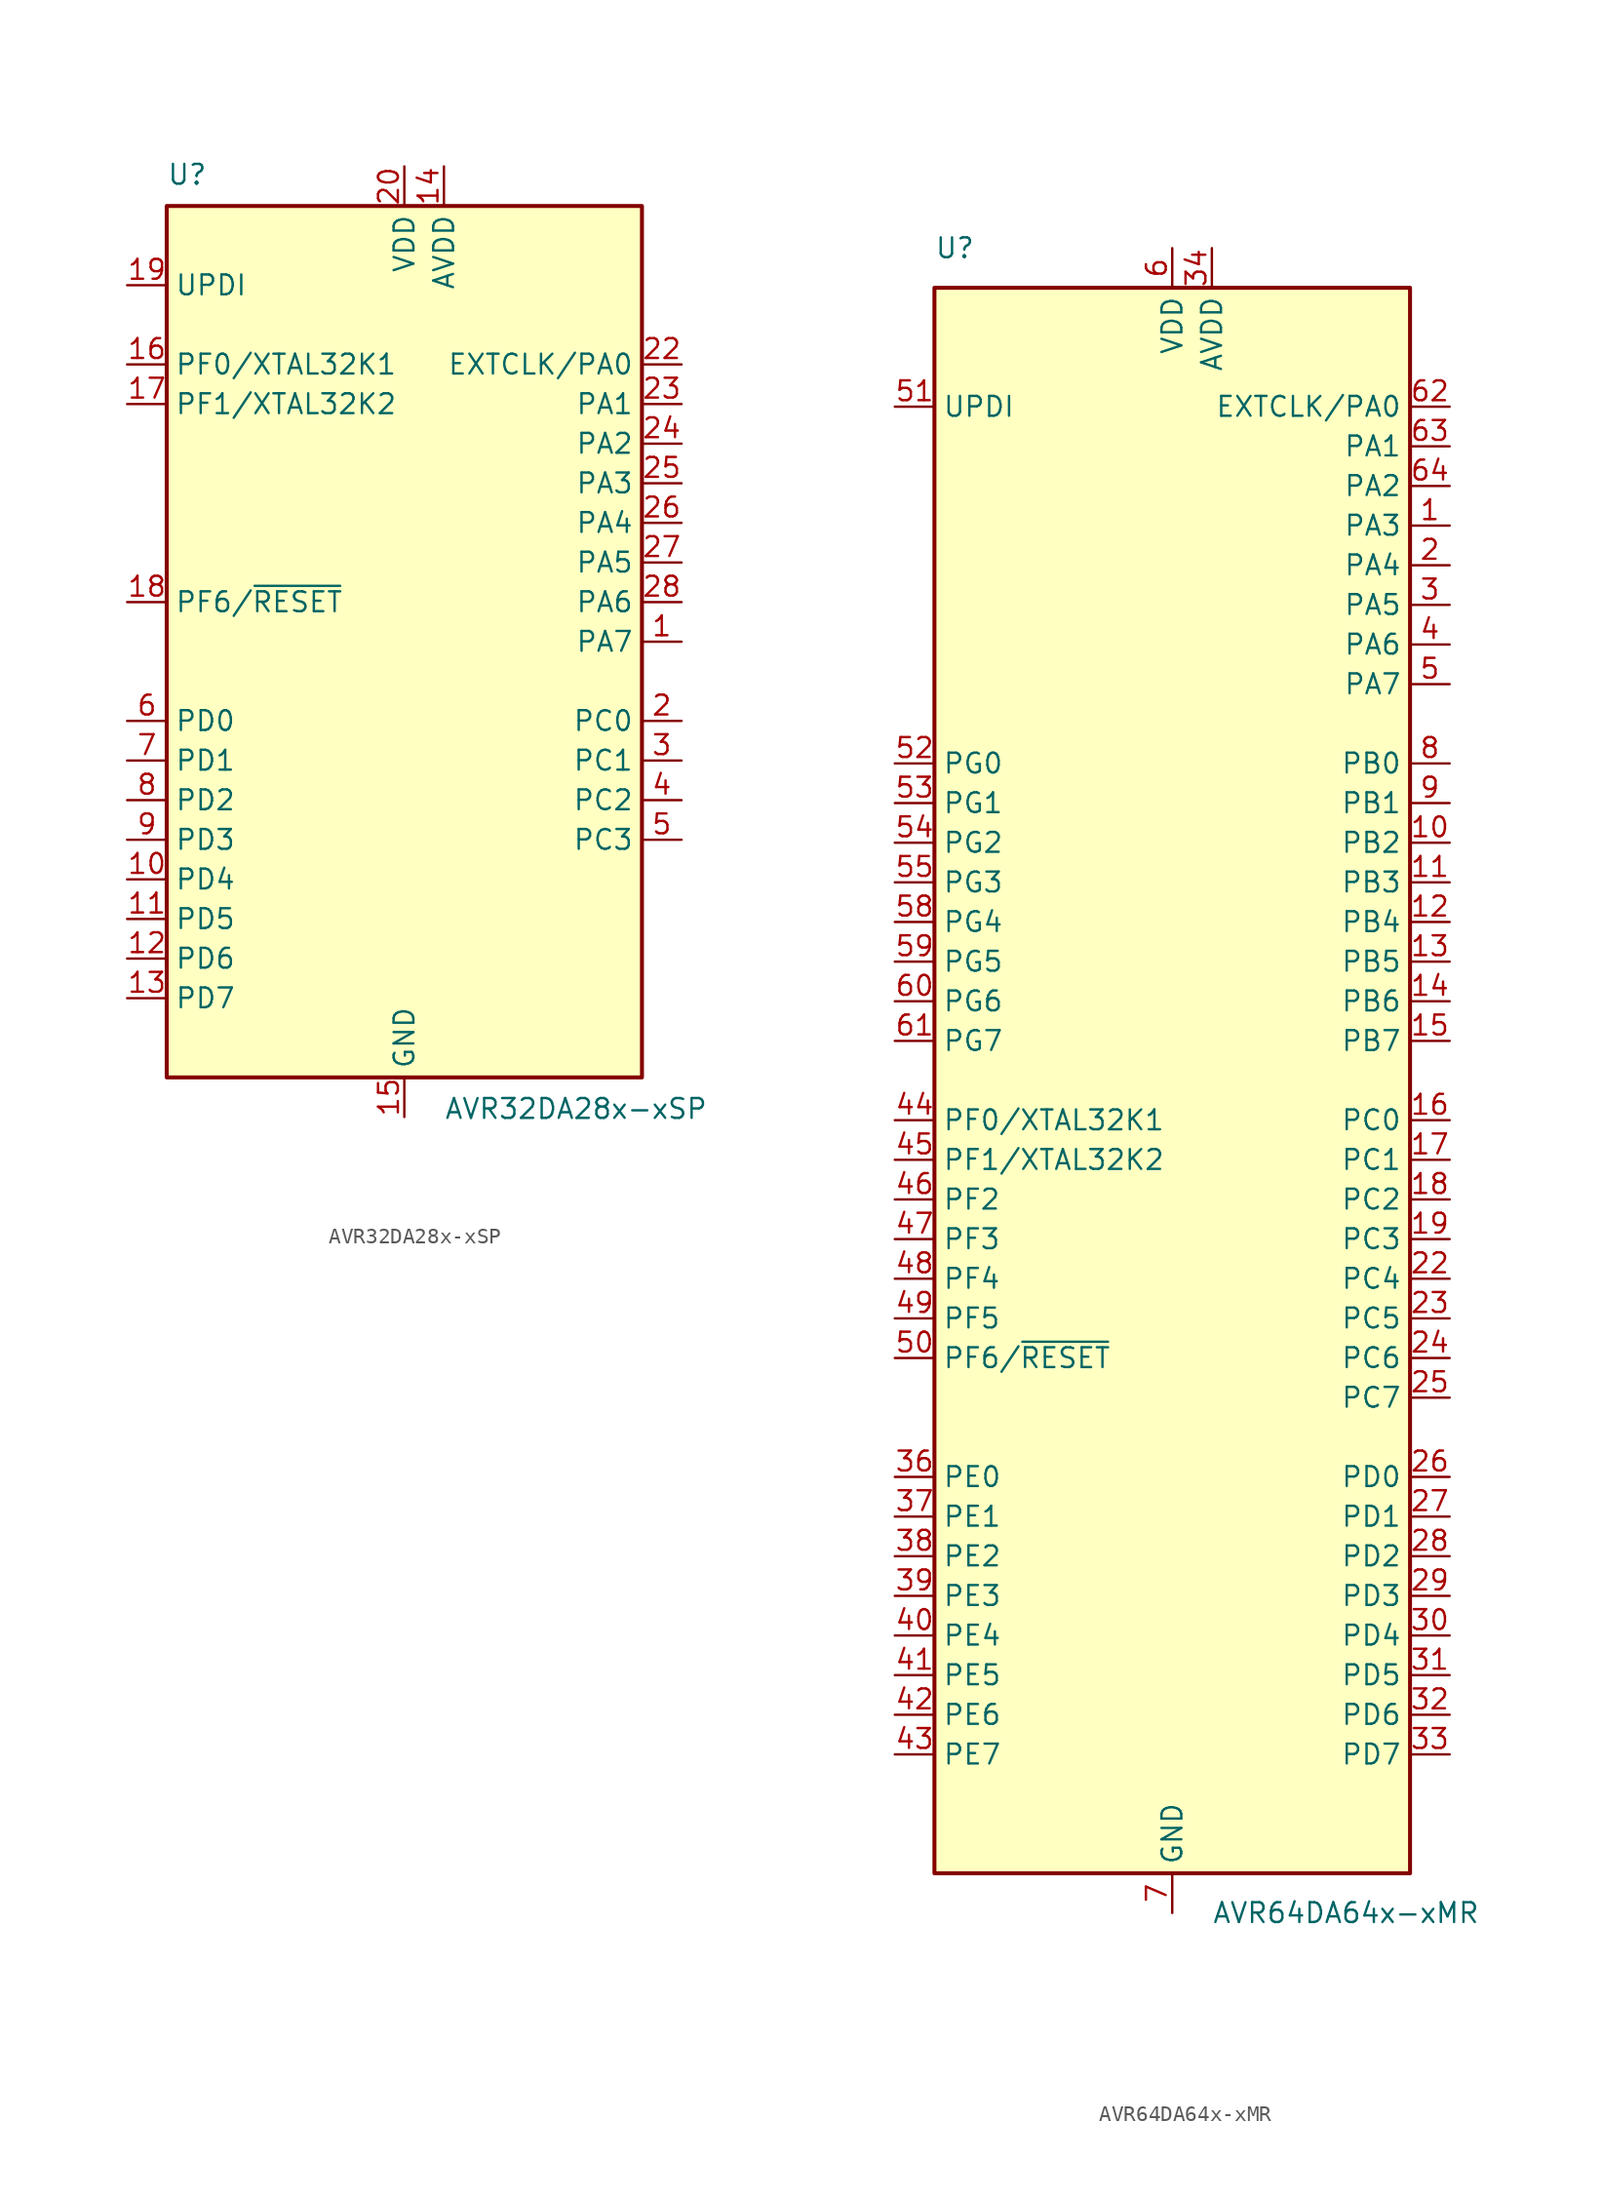
<source format=kicad_sym>
(kicad_symbol_lib
  (version 20201005)
  (generator kicad_symbol_editor)
  (symbol "MCU_Microchip_AVRDA:AVR32DA28x-xSP"
    (property "Reference" "U"
      (at -15.24 29.21 0)
      (effects (font (size 1.27 1.27)) (justify left bottom)))
    (property "Value" "AVR32DA28x-xSP"
      (at 2.54 -29.21 0)
      (effects (font (size 1.27 1.27)) (justify left top)))
    (symbol "AVR32DA28x-xSP_0_1"
      (rectangle (start -15.24 27.94) (end 15.24 -27.94) (stroke (width 0.254)) (fill (type background))))
    (symbol "AVR32DA28x-xSP_1_1"
      (pin bidirectional line (at 17.78 17.78 180) (length 2.54) (name "EXTCLK/PA0" (effects (font (size 1.27 1.27)))) (number "22" (effects (font (size 1.27 1.27)))))
      (pin bidirectional line (at 17.78 15.24 180) (length 2.54) (name "PA1" (effects (font (size 1.27 1.27)))) (number "23" (effects (font (size 1.27 1.27)))))
      (pin bidirectional line (at 17.78 12.7 180) (length 2.54) (name "PA2" (effects (font (size 1.27 1.27)))) (number "24" (effects (font (size 1.27 1.27)))))
      (pin bidirectional line (at 17.78 10.16 180) (length 2.54) (name "PA3" (effects (font (size 1.27 1.27)))) (number "25" (effects (font (size 1.27 1.27)))))
      (pin bidirectional line (at 17.78 7.62 180) (length 2.54) (name "PA4" (effects (font (size 1.27 1.27)))) (number "26" (effects (font (size 1.27 1.27)))))
      (pin bidirectional line (at 17.78 5.08 180) (length 2.54) (name "PA5" (effects (font (size 1.27 1.27)))) (number "27" (effects (font (size 1.27 1.27)))))
      (pin bidirectional line (at 17.78 2.54 180) (length 2.54) (name "PA6" (effects (font (size 1.27 1.27)))) (number "28" (effects (font (size 1.27 1.27)))))
      (pin bidirectional line (at 17.78 0 180) (length 2.54) (name "PA7" (effects (font (size 1.27 1.27)))) (number "1" (effects (font (size 1.27 1.27)))))
      (pin bidirectional line (at 17.78 -5.08 180) (length 2.54) (name "PC0" (effects (font (size 1.27 1.27)))) (number "2" (effects (font (size 1.27 1.27)))))
      (pin bidirectional line (at 17.78 -7.62 180) (length 2.54) (name "PC1" (effects (font (size 1.27 1.27)))) (number "3" (effects (font (size 1.27 1.27)))))
      (pin bidirectional line (at 17.78 -10.16 180) (length 2.54) (name "PC2" (effects (font (size 1.27 1.27)))) (number "4" (effects (font (size 1.27 1.27)))))
      (pin bidirectional line (at 17.78 -12.7 180) (length 2.54) (name "PC3" (effects (font (size 1.27 1.27)))) (number "5" (effects (font (size 1.27 1.27)))))
      (pin bidirectional line (at -17.78 -5.08 0) (length 2.54) (name "PD0" (effects (font (size 1.27 1.27)))) (number "6" (effects (font (size 1.27 1.27)))))
      (pin bidirectional line (at -17.78 -7.62 0) (length 2.54) (name "PD1" (effects (font (size 1.27 1.27)))) (number "7" (effects (font (size 1.27 1.27)))))
      (pin bidirectional line (at -17.78 -10.16 0) (length 2.54) (name "PD2" (effects (font (size 1.27 1.27)))) (number "8" (effects (font (size 1.27 1.27)))))
      (pin bidirectional line (at -17.78 -12.7 0) (length 2.54) (name "PD3" (effects (font (size 1.27 1.27)))) (number "9" (effects (font (size 1.27 1.27)))))
      (pin bidirectional line (at -17.78 -15.24 0) (length 2.54) (name "PD4" (effects (font (size 1.27 1.27)))) (number "10" (effects (font (size 1.27 1.27)))))
      (pin bidirectional line (at -17.78 -17.78 0) (length 2.54) (name "PD5" (effects (font (size 1.27 1.27)))) (number "11" (effects (font (size 1.27 1.27)))))
      (pin bidirectional line (at -17.78 -20.32 0) (length 2.54) (name "PD6" (effects (font (size 1.27 1.27)))) (number "12" (effects (font (size 1.27 1.27)))))
      (pin bidirectional line (at -17.78 -22.86 0) (length 2.54) (name "PD7" (effects (font (size 1.27 1.27)))) (number "13" (effects (font (size 1.27 1.27)))))
      (pin bidirectional line (at -17.78 17.78 0) (length 2.54) (name "PF0/XTAL32K1" (effects (font (size 1.27 1.27)))) (number "16" (effects (font (size 1.27 1.27)))))
      (pin bidirectional line (at -17.78 15.24 0) (length 2.54) (name "PF1/XTAL32K2" (effects (font (size 1.27 1.27)))) (number "17" (effects (font (size 1.27 1.27)))))
      (pin bidirectional line (at -17.78 2.54 0) (length 2.54) (name "PF6/~RESET" (effects (font (size 1.27 1.27)))) (number "18" (effects (font (size 1.27 1.27)))))
      (pin bidirectional line (at -17.78 22.86 0) (length 2.54) (name "UPDI" (effects (font (size 1.27 1.27)))) (number "19" (effects (font (size 1.27 1.27)))))
      (pin power_in line (at 0 30.48 270) (length 2.54) (name "VDD" (effects (font (size 1.27 1.27)))) (number "20" (effects (font (size 1.27 1.27)))))
      (pin power_in line (at 2.54 30.48 270) (length 2.54) (name "AVDD" (effects (font (size 1.27 1.27)))) (number "14" (effects (font (size 1.27 1.27)))))
      (pin power_in line (at 0 -30.48 90) (length 2.54) (name "GND" (effects (font (size 1.27 1.27)))) (number "15" (effects (font (size 1.27 1.27)))))
      (pin passive line (at 0 -30.48 90) (length 2.54) hide (name "GND" (effects (font (size 1.27 1.27)))) (number "21" (effects (font (size 1.27 1.27)))))))
  (symbol "MCU_Microchip_AVRDA:AVR64DA64x-xMR"
    (property "Reference" "U"
      (at -15.24 53.34 0)
      (effects (font (size 1.27 1.27)) (justify left)))
    (property "Value" "AVR64DA64x-xMR"
      (at 2.54 -53.34 0)
      (effects (font (size 1.27 1.27)) (justify left)))
    (symbol "AVR64DA64x-xMR_0_1"
      (rectangle (start -15.24 50.8) (end 15.24 -50.8) (stroke (width 0.254)) (fill (type background))))
    (symbol "AVR64DA64x-xMR_1_1"
      (pin bidirectional line (at 17.78 43.18 180) (length 2.54) (name "EXTCLK/PA0" (effects (font (size 1.27 1.27)))) (number "62" (effects (font (size 1.27 1.27)))))
      (pin bidirectional line (at 17.78 40.64 180) (length 2.54) (name "PA1" (effects (font (size 1.27 1.27)))) (number "63" (effects (font (size 1.27 1.27)))))
      (pin bidirectional line (at 17.78 38.1 180) (length 2.54) (name "PA2" (effects (font (size 1.27 1.27)))) (number "64" (effects (font (size 1.27 1.27)))))
      (pin bidirectional line (at 17.78 35.56 180) (length 2.54) (name "PA3" (effects (font (size 1.27 1.27)))) (number "1" (effects (font (size 1.27 1.27)))))
      (pin bidirectional line (at 17.78 33.02 180) (length 2.54) (name "PA4" (effects (font (size 1.27 1.27)))) (number "2" (effects (font (size 1.27 1.27)))))
      (pin bidirectional line (at 17.78 30.48 180) (length 2.54) (name "PA5" (effects (font (size 1.27 1.27)))) (number "3" (effects (font (size 1.27 1.27)))))
      (pin bidirectional line (at 17.78 27.94 180) (length 2.54) (name "PA6" (effects (font (size 1.27 1.27)))) (number "4" (effects (font (size 1.27 1.27)))))
      (pin bidirectional line (at 17.78 25.4 180) (length 2.54) (name "PA7" (effects (font (size 1.27 1.27)))) (number "5" (effects (font (size 1.27 1.27)))))
      (pin bidirectional line (at 17.78 -2.54 180) (length 2.54) (name "PC0" (effects (font (size 1.27 1.27)))) (number "16" (effects (font (size 1.27 1.27)))))
      (pin bidirectional line (at 17.78 -5.08 180) (length 2.54) (name "PC1" (effects (font (size 1.27 1.27)))) (number "17" (effects (font (size 1.27 1.27)))))
      (pin bidirectional line (at 17.78 -7.62 180) (length 2.54) (name "PC2" (effects (font (size 1.27 1.27)))) (number "18" (effects (font (size 1.27 1.27)))))
      (pin bidirectional line (at 17.78 -10.16 180) (length 2.54) (name "PC3" (effects (font (size 1.27 1.27)))) (number "19" (effects (font (size 1.27 1.27)))))
      (pin bidirectional line (at 17.78 -25.4 180) (length 2.54) (name "PD0" (effects (font (size 1.27 1.27)))) (number "26" (effects (font (size 1.27 1.27)))))
      (pin bidirectional line (at 17.78 -27.94 180) (length 2.54) (name "PD1" (effects (font (size 1.27 1.27)))) (number "27" (effects (font (size 1.27 1.27)))))
      (pin bidirectional line (at 17.78 -30.48 180) (length 2.54) (name "PD2" (effects (font (size 1.27 1.27)))) (number "28" (effects (font (size 1.27 1.27)))))
      (pin bidirectional line (at 17.78 -33.02 180) (length 2.54) (name "PD3" (effects (font (size 1.27 1.27)))) (number "29" (effects (font (size 1.27 1.27)))))
      (pin bidirectional line (at 17.78 -35.56 180) (length 2.54) (name "PD4" (effects (font (size 1.27 1.27)))) (number "30" (effects (font (size 1.27 1.27)))))
      (pin bidirectional line (at 17.78 -38.1 180) (length 2.54) (name "PD5" (effects (font (size 1.27 1.27)))) (number "31" (effects (font (size 1.27 1.27)))))
      (pin bidirectional line (at 17.78 -40.64 180) (length 2.54) (name "PD6" (effects (font (size 1.27 1.27)))) (number "32" (effects (font (size 1.27 1.27)))))
      (pin bidirectional line (at 17.78 -43.18 180) (length 2.54) (name "PD7" (effects (font (size 1.27 1.27)))) (number "33" (effects (font (size 1.27 1.27)))))
      (pin bidirectional line (at -17.78 -2.54 0) (length 2.54) (name "PF0/XTAL32K1" (effects (font (size 1.27 1.27)))) (number "44" (effects (font (size 1.27 1.27)))))
      (pin bidirectional line (at -17.78 -5.08 0) (length 2.54) (name "PF1/XTAL32K2" (effects (font (size 1.27 1.27)))) (number "45" (effects (font (size 1.27 1.27)))))
      (pin bidirectional line (at -17.78 -17.78 0) (length 2.54) (name "PF6/~RESET" (effects (font (size 1.27 1.27)))) (number "50" (effects (font (size 1.27 1.27)))))
      (pin bidirectional line (at -17.78 43.18 0) (length 2.54) (name "UPDI" (effects (font (size 1.27 1.27)))) (number "51" (effects (font (size 1.27 1.27)))))
      (pin power_in line (at 0 53.34 270) (length 2.54) (name "VDD" (effects (font (size 1.27 1.27)))) (number "6" (effects (font (size 1.27 1.27)))))
      (pin power_in line (at 2.54 53.34 270) (length 2.54) (name "AVDD" (effects (font (size 1.27 1.27)))) (number "34" (effects (font (size 1.27 1.27)))))
      (pin power_in line (at 0 -53.34 90) (length 2.54) (name "GND" (effects (font (size 1.27 1.27)))) (number "7" (effects (font (size 1.27 1.27)))))
      (pin passive line (at 0 -53.34 90) (length 2.54) hide (name "GND" (effects (font (size 1.27 1.27)))) (number "21" (effects (font (size 1.27 1.27)))))
      (pin bidirectional line (at -17.78 -7.62 0) (length 2.54) (name "PF2" (effects (font (size 1.27 1.27)))) (number "46" (effects (font (size 1.27 1.27)))))
      (pin bidirectional line (at -17.78 -10.16 0) (length 2.54) (name "PF3" (effects (font (size 1.27 1.27)))) (number "47" (effects (font (size 1.27 1.27)))))
      (pin bidirectional line (at -17.78 -12.7 0) (length 2.54) (name "PF4" (effects (font (size 1.27 1.27)))) (number "48" (effects (font (size 1.27 1.27)))))
      (pin bidirectional line (at -17.78 -15.24 0) (length 2.54) (name "PF5" (effects (font (size 1.27 1.27)))) (number "49" (effects (font (size 1.27 1.27)))))
      (pin bidirectional line (at 17.78 20.32 180) (length 2.54) (name "PB0" (effects (font (size 1.27 1.27)))) (number "8" (effects (font (size 1.27 1.27)))))
      (pin bidirectional line (at 17.78 17.78 180) (length 2.54) (name "PB1" (effects (font (size 1.27 1.27)))) (number "9" (effects (font (size 1.27 1.27)))))
      (pin bidirectional line (at 17.78 15.24 180) (length 2.54) (name "PB2" (effects (font (size 1.27 1.27)))) (number "10" (effects (font (size 1.27 1.27)))))
      (pin bidirectional line (at 17.78 12.7 180) (length 2.54) (name "PB3" (effects (font (size 1.27 1.27)))) (number "11" (effects (font (size 1.27 1.27)))))
      (pin bidirectional line (at 17.78 10.16 180) (length 2.54) (name "PB4" (effects (font (size 1.27 1.27)))) (number "12" (effects (font (size 1.27 1.27)))))
      (pin bidirectional line (at 17.78 7.62 180) (length 2.54) (name "PB5" (effects (font (size 1.27 1.27)))) (number "13" (effects (font (size 1.27 1.27)))))
      (pin bidirectional line (at 17.78 -12.7 180) (length 2.54) (name "PC4" (effects (font (size 1.27 1.27)))) (number "22" (effects (font (size 1.27 1.27)))))
      (pin bidirectional line (at 17.78 -15.24 180) (length 2.54) (name "PC5" (effects (font (size 1.27 1.27)))) (number "23" (effects (font (size 1.27 1.27)))))
      (pin bidirectional line (at 17.78 -17.78 180) (length 2.54) (name "PC6" (effects (font (size 1.27 1.27)))) (number "24" (effects (font (size 1.27 1.27)))))
      (pin bidirectional line (at 17.78 -20.32 180) (length 2.54) (name "PC7" (effects (font (size 1.27 1.27)))) (number "25" (effects (font (size 1.27 1.27)))))
      (pin bidirectional line (at -17.78 -25.4 0) (length 2.54) (name "PE0" (effects (font (size 1.27 1.27)))) (number "36" (effects (font (size 1.27 1.27)))))
      (pin bidirectional line (at -17.78 -27.94 0) (length 2.54) (name "PE1" (effects (font (size 1.27 1.27)))) (number "37" (effects (font (size 1.27 1.27)))))
      (pin bidirectional line (at -17.78 -30.48 0) (length 2.54) (name "PE2" (effects (font (size 1.27 1.27)))) (number "38" (effects (font (size 1.27 1.27)))))
      (pin bidirectional line (at -17.78 -33.02 0) (length 2.54) (name "PE3" (effects (font (size 1.27 1.27)))) (number "39" (effects (font (size 1.27 1.27)))))
      (pin passive line (at 0 53.34 270) (length 2.54) hide (name "VDD" (effects (font (size 1.27 1.27)))) (number "20" (effects (font (size 1.27 1.27)))))
      (pin passive line (at 0 -53.34 90) (length 2.54) hide (name "GND" (effects (font (size 1.27 1.27)))) (number "57" (effects (font (size 1.27 1.27)))))
      (pin passive line (at 0 -53.34 90) (length 2.54) hide (name "GND" (effects (font (size 1.27 1.27)))) (number "35" (effects (font (size 1.27 1.27)))))
      (pin bidirectional line (at 17.78 5.08 180) (length 2.54) (name "PB6" (effects (font (size 1.27 1.27)))) (number "14" (effects (font (size 1.27 1.27)))))
      (pin bidirectional line (at 17.78 2.54 180) (length 2.54) (name "PB7" (effects (font (size 1.27 1.27)))) (number "15" (effects (font (size 1.27 1.27)))))
      (pin bidirectional line (at -17.78 -35.56 0) (length 2.54) (name "PE4" (effects (font (size 1.27 1.27)))) (number "40" (effects (font (size 1.27 1.27)))))
      (pin bidirectional line (at -17.78 -38.1 0) (length 2.54) (name "PE5" (effects (font (size 1.27 1.27)))) (number "41" (effects (font (size 1.27 1.27)))))
      (pin bidirectional line (at -17.78 -40.64 0) (length 2.54) (name "PE6" (effects (font (size 1.27 1.27)))) (number "42" (effects (font (size 1.27 1.27)))))
      (pin bidirectional line (at -17.78 -43.18 0) (length 2.54) (name "PE7" (effects (font (size 1.27 1.27)))) (number "43" (effects (font (size 1.27 1.27)))))
      (pin bidirectional line (at -17.78 20.32 0) (length 2.54) (name "PG0" (effects (font (size 1.27 1.27)))) (number "52" (effects (font (size 1.27 1.27)))))
      (pin bidirectional line (at -17.78 17.78 0) (length 2.54) (name "PG1" (effects (font (size 1.27 1.27)))) (number "53" (effects (font (size 1.27 1.27)))))
      (pin bidirectional line (at -17.78 15.24 0) (length 2.54) (name "PG2" (effects (font (size 1.27 1.27)))) (number "54" (effects (font (size 1.27 1.27)))))
      (pin bidirectional line (at -17.78 12.7 0) (length 2.54) (name "PG3" (effects (font (size 1.27 1.27)))) (number "55" (effects (font (size 1.27 1.27)))))
      (pin bidirectional line (at -17.78 10.16 0) (length 2.54) (name "PG4" (effects (font (size 1.27 1.27)))) (number "58" (effects (font (size 1.27 1.27)))))
      (pin bidirectional line (at -17.78 7.62 0) (length 2.54) (name "PG5" (effects (font (size 1.27 1.27)))) (number "59" (effects (font (size 1.27 1.27)))))
      (pin bidirectional line (at -17.78 5.08 0) (length 2.54) (name "PG6" (effects (font (size 1.27 1.27)))) (number "60" (effects (font (size 1.27 1.27)))))
      (pin bidirectional line (at -17.78 2.54 0) (length 2.54) (name "PG7" (effects (font (size 1.27 1.27)))) (number "61" (effects (font (size 1.27 1.27)))))
      (pin passive line (at 0 53.34 270) (length 2.54) hide (name "VDD" (effects (font (size 1.27 1.27)))) (number "56" (effects (font (size 1.27 1.27)))))
      (pin passive line (at 0 -53.34 90) (length 2.54) hide (name "GND" (effects (font (size 1.27 1.27)))) (number "65" (effects (font (size 1.27 1.27))))))))
</source>
